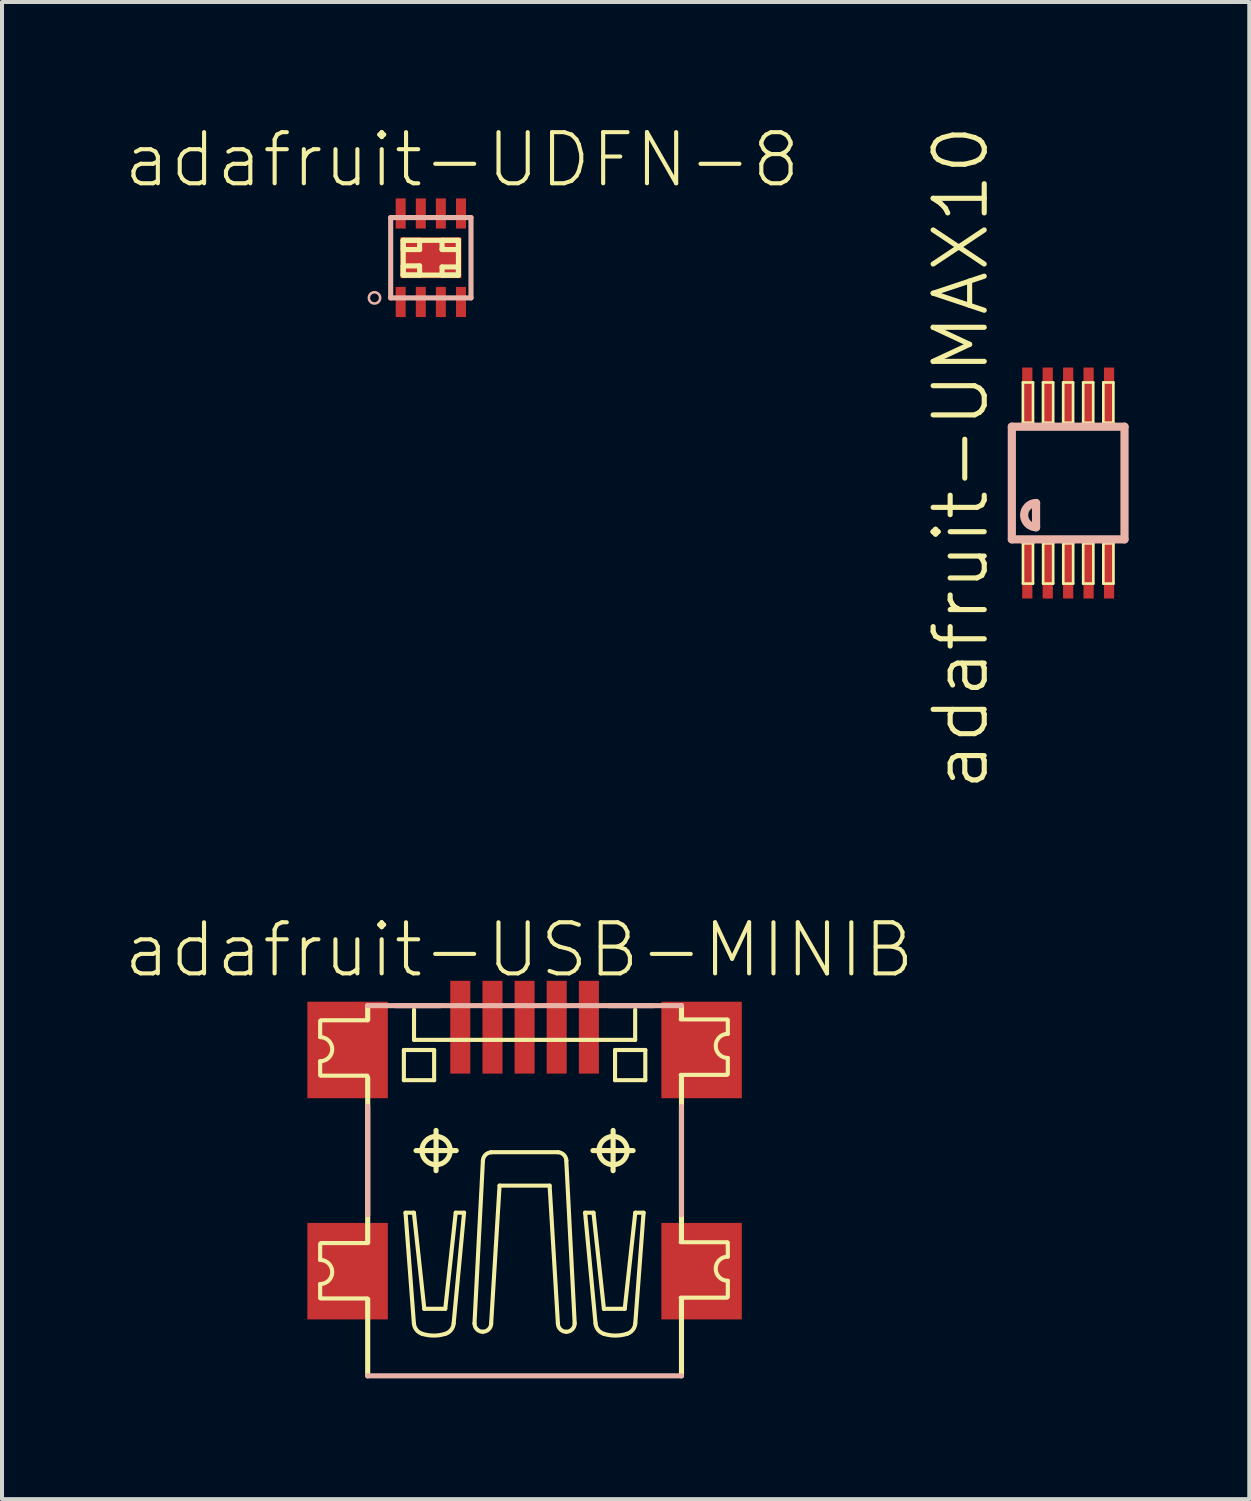
<source format=kicad_pcb>
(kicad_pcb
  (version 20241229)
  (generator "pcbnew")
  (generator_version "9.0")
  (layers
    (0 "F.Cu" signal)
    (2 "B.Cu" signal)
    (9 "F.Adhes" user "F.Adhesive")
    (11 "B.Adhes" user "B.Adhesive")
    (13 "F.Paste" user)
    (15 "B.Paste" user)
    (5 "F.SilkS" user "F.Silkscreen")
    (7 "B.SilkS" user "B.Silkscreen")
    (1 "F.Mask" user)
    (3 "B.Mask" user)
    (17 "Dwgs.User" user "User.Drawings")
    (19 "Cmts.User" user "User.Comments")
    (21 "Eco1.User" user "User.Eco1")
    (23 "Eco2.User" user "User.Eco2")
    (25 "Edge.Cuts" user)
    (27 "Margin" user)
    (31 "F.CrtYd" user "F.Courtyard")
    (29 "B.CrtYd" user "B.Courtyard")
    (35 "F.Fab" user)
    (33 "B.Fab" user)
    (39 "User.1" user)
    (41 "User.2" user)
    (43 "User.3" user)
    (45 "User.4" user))
  (footprint "adafruit-UMAX10"
    (layer "F.Cu")
    (at 23.496 8.954)
    (property "Reference" "adafruit-UMAX10" (at -2.667 -0.635 90) (layer "F.SilkS") (effects (font (size 1.27 1.27) (thickness 0.127))))
    (attr smd)
    (fp_line (start -1.125 -2.499) (end -0.874 -2.499) (stroke (width 0.066) (type solid)) (layer "F.SilkS"))
    (fp_line (start -1.125 -1.499) (end -1.125 -2.499) (stroke (width 0.066) (type solid)) (layer "F.SilkS"))
    (fp_line (start -1.125 -1.499) (end -0.874 -1.499) (stroke (width 0.066) (type solid)) (layer "F.SilkS"))
    (fp_line (start -1.123 1.499) (end -0.874 1.499) (stroke (width 0.066) (type solid)) (layer "F.SilkS"))
    (fp_line (start -1.123 2.499) (end -1.123 1.499) (stroke (width 0.066) (type solid)) (layer "F.SilkS"))
    (fp_line (start -1.123 2.499) (end -0.874 2.499) (stroke (width 0.066) (type solid)) (layer "F.SilkS"))
    (fp_line (start -0.874 -1.499) (end -0.874 -2.499) (stroke (width 0.066) (type solid)) (layer "F.SilkS"))
    (fp_line (start -0.874 2.499) (end -0.874 1.499) (stroke (width 0.066) (type solid)) (layer "F.SilkS"))
    (fp_line (start -0.625 -2.499) (end -0.373 -2.499) (stroke (width 0.066) (type solid)) (layer "F.SilkS"))
    (fp_line (start -0.625 -1.499) (end -0.625 -2.499) (stroke (width 0.066) (type solid)) (layer "F.SilkS"))
    (fp_line (start -0.625 -1.499) (end -0.373 -1.499) (stroke (width 0.066) (type solid)) (layer "F.SilkS"))
    (fp_line (start -0.622 1.499) (end -0.373 1.499) (stroke (width 0.066) (type solid)) (layer "F.SilkS"))
    (fp_line (start -0.622 2.499) (end -0.622 1.499) (stroke (width 0.066) (type solid)) (layer "F.SilkS"))
    (fp_line (start -0.622 2.499) (end -0.373 2.499) (stroke (width 0.066) (type solid)) (layer "F.SilkS"))
    (fp_line (start -0.373 -1.499) (end -0.373 -2.499) (stroke (width 0.066) (type solid)) (layer "F.SilkS"))
    (fp_line (start -0.373 2.499) (end -0.373 1.499) (stroke (width 0.066) (type solid)) (layer "F.SilkS"))
    (fp_line (start -0.124 -2.499) (end 0.122 -2.499) (stroke (width 0.066) (type solid)) (layer "F.SilkS"))
    (fp_line (start -0.124 -1.499) (end -0.124 -2.499) (stroke (width 0.066) (type solid)) (layer "F.SilkS"))
    (fp_line (start -0.124 -1.499) (end 0.122 -1.499) (stroke (width 0.066) (type solid)) (layer "F.SilkS"))
    (fp_line (start -0.122 1.499) (end 0.124 1.499) (stroke (width 0.066) (type solid)) (layer "F.SilkS"))
    (fp_line (start -0.122 2.499) (end -0.122 1.499) (stroke (width 0.066) (type solid)) (layer "F.SilkS"))
    (fp_line (start -0.122 2.499) (end 0.124 2.499) (stroke (width 0.066) (type solid)) (layer "F.SilkS"))
    (fp_line (start 0.122 -1.499) (end 0.122 -2.499) (stroke (width 0.066) (type solid)) (layer "F.SilkS"))
    (fp_line (start 0.124 2.499) (end 0.124 1.499) (stroke (width 0.066) (type solid)) (layer "F.SilkS"))
    (fp_line (start 0.373 -2.499) (end 0.622 -2.499) (stroke (width 0.066) (type solid)) (layer "F.SilkS"))
    (fp_line (start 0.373 -1.499) (end 0.373 -2.499) (stroke (width 0.066) (type solid)) (layer "F.SilkS"))
    (fp_line (start 0.373 -1.499) (end 0.622 -1.499) (stroke (width 0.066) (type solid)) (layer "F.SilkS"))
    (fp_line (start 0.373 1.499) (end 0.625 1.499) (stroke (width 0.066) (type solid)) (layer "F.SilkS"))
    (fp_line (start 0.373 2.499) (end 0.373 1.499) (stroke (width 0.066) (type solid)) (layer "F.SilkS"))
    (fp_line (start 0.373 2.499) (end 0.625 2.499) (stroke (width 0.066) (type solid)) (layer "F.SilkS"))
    (fp_line (start 0.622 -1.499) (end 0.622 -2.499) (stroke (width 0.066) (type solid)) (layer "F.SilkS"))
    (fp_line (start 0.625 2.499) (end 0.625 1.499) (stroke (width 0.066) (type solid)) (layer "F.SilkS"))
    (fp_line (start 0.874 -2.499) (end 1.123 -2.499) (stroke (width 0.066) (type solid)) (layer "F.SilkS"))
    (fp_line (start 0.874 -1.499) (end 0.874 -2.499) (stroke (width 0.066) (type solid)) (layer "F.SilkS"))
    (fp_line (start 0.874 -1.499) (end 1.123 -1.499) (stroke (width 0.066) (type solid)) (layer "F.SilkS"))
    (fp_line (start 0.874 1.499) (end 1.125 1.499) (stroke (width 0.066) (type solid)) (layer "F.SilkS"))
    (fp_line (start 0.874 2.499) (end 0.874 1.499) (stroke (width 0.066) (type solid)) (layer "F.SilkS"))
    (fp_line (start 0.874 2.499) (end 1.125 2.499) (stroke (width 0.066) (type solid)) (layer "F.SilkS"))
    (fp_line (start 1.123 -1.499) (end 1.123 -2.499) (stroke (width 0.066) (type solid)) (layer "F.SilkS"))
    (fp_line (start 1.125 2.499) (end 1.125 1.499) (stroke (width 0.066) (type solid)) (layer "F.SilkS"))
    (fp_line (start -1.4 -1.4) (end 1.4 -1.4) (stroke (width 0.203) (type solid)) (layer "B.SilkS"))
    (fp_line (start -1.4 1.4) (end -1.4 -1.4) (stroke (width 0.203) (type solid)) (layer "B.SilkS"))
    (fp_line (start -0.798 0.498) (end -0.798 1.1) (stroke (width 0.203) (type solid)) (layer "B.SilkS"))
    (fp_line (start 1.4 -1.4) (end 1.4 1.4) (stroke (width 0.203) (type solid)) (layer "B.SilkS"))
    (fp_line (start 1.4 1.4) (end -1.4 1.4) (stroke (width 0.203) (type solid)) (layer "B.SilkS"))
    (fp_arc (start -0.79756 1.09982) (mid -1.09982 0.79756) (end -0.79756 0.4953) (stroke (width 0.2032) (type solid)) (layer "B.SilkS"))
    (pad "1" smd rect (at -1.016 2.159) (size 0.254 1.422) (layers "F.Cu" "F.Mask" "F.Paste"))
    (pad "2" smd rect (at -0.508 2.159) (size 0.254 1.422) (layers "F.Cu" "F.Mask" "F.Paste"))
    (pad "3" smd rect (at 0 2.159) (size 0.254 1.422) (layers "F.Cu" "F.Mask" "F.Paste"))
    (pad "4" smd rect (at 0.508 2.159) (size 0.254 1.422) (layers "F.Cu" "F.Mask" "F.Paste"))
    (pad "5" smd rect (at 1.016 2.159) (size 0.254 1.422) (layers "F.Cu" "F.Mask" "F.Paste"))
    (pad "6" smd rect (at 1.016 -2.159 180) (size 0.254 1.422) (layers "F.Cu" "F.Mask" "F.Paste"))
    (pad "7" smd rect (at 0.508 -2.159 180) (size 0.254 1.422) (layers "F.Cu" "F.Mask" "F.Paste"))
    (pad "8" smd rect (at 0 -2.159 180) (size 0.254 1.422) (layers "F.Cu" "F.Mask" "F.Paste"))
    (pad "9" smd rect (at -0.508 -2.159 180) (size 0.254 1.422) (layers "F.Cu" "F.Mask" "F.Paste"))
    (pad "10" smd rect (at -1.016 -2.159 180) (size 0.254 1.422) (layers "F.Cu" "F.Mask" "F.Paste")))
  (footprint "adafruit-UDFN-8"
    (layer "F.Cu")
    (at 7.657 3.355)
    (property "Reference" "adafruit-UDFN-8" (at 0.775 -2.433 0) (layer "F.SilkS") (effects (font (size 1.27 1.27) (thickness 0.102))))
    (attr smd)
    (fp_line (start -0.686 -0.432) (end -0.279 -0.432) (stroke (width 0.127) (type solid)) (layer "F.SilkS"))
    (fp_line (start -0.686 -0.432) (end 0.686 -0.432) (stroke (width 0.127) (type solid)) (layer "F.SilkS"))
    (fp_line (start -0.686 -0.203) (end -0.686 -0.432) (stroke (width 0.127) (type solid)) (layer "F.SilkS"))
    (fp_line (start -0.686 0.203) (end -0.279 0.203) (stroke (width 0.127) (type solid)) (layer "F.SilkS"))
    (fp_line (start -0.686 0.432) (end -0.686 -0.432) (stroke (width 0.127) (type solid)) (layer "F.SilkS"))
    (fp_line (start -0.686 0.432) (end -0.686 0.203) (stroke (width 0.127) (type solid)) (layer "F.SilkS"))
    (fp_line (start -0.279 -0.432) (end -0.279 -0.203) (stroke (width 0.127) (type solid)) (layer "F.SilkS"))
    (fp_line (start -0.279 -0.203) (end -0.686 -0.203) (stroke (width 0.127) (type solid)) (layer "F.SilkS"))
    (fp_line (start -0.279 0.203) (end -0.279 0.432) (stroke (width 0.127) (type solid)) (layer "F.SilkS"))
    (fp_line (start -0.279 0.432) (end -0.686 0.432) (stroke (width 0.127) (type solid)) (layer "F.SilkS"))
    (fp_line (start 0.279 -0.432) (end 0.686 -0.432) (stroke (width 0.127) (type solid)) (layer "F.SilkS"))
    (fp_line (start 0.279 -0.203) (end 0.279 -0.432) (stroke (width 0.127) (type solid)) (layer "F.SilkS"))
    (fp_line (start 0.279 0.229) (end 0.686 0.229) (stroke (width 0.127) (type solid)) (layer "F.SilkS"))
    (fp_line (start 0.279 0.432) (end 0.279 0.229) (stroke (width 0.127) (type solid)) (layer "F.SilkS"))
    (fp_line (start 0.686 -0.432) (end 0.686 -0.203) (stroke (width 0.127) (type solid)) (layer "F.SilkS"))
    (fp_line (start 0.686 -0.432) (end 0.686 0.432) (stroke (width 0.127) (type solid)) (layer "F.SilkS"))
    (fp_line (start 0.686 -0.203) (end 0.279 -0.203) (stroke (width 0.127) (type solid)) (layer "F.SilkS"))
    (fp_line (start 0.686 0.229) (end 0.686 0.432) (stroke (width 0.127) (type solid)) (layer "F.SilkS"))
    (fp_line (start 0.686 0.432) (end -0.686 0.432) (stroke (width 0.127) (type solid)) (layer "F.SilkS"))
    (fp_line (start 0.686 0.432) (end 0.279 0.432) (stroke (width 0.127) (type solid)) (layer "F.SilkS"))
    (fp_line (start -0.998 -0.998) (end 0.998 -0.998) (stroke (width 0.127) (type solid)) (layer "B.SilkS"))
    (fp_line (start -0.998 0.998) (end -0.998 -0.998) (stroke (width 0.127) (type solid)) (layer "B.SilkS"))
    (fp_line (start 0.998 -0.998) (end 0.998 0.998) (stroke (width 0.127) (type solid)) (layer "B.SilkS"))
    (fp_line (start 0.998 0.998) (end -0.998 0.998) (stroke (width 0.127) (type solid)) (layer "B.SilkS"))
    (fp_circle (center -1.4 0.998) (end -1.499 1.097) (stroke (width 0.064) (type solid)) (fill no) (layer "B.SilkS"))
    (pad "1" smd rect (at -0.749 1.1 90) (size 0.749 0.249) (layers "F.Cu" "F.Mask" "F.Paste"))
    (pad "2" smd rect (at -0.249 1.1 90) (size 0.749 0.249) (layers "F.Cu" "F.Mask" "F.Paste"))
    (pad "3" smd rect (at 0.249 1.1 90) (size 0.749 0.249) (layers "F.Cu" "F.Mask" "F.Paste"))
    (pad "4" smd rect (at 0.749 1.1 90) (size 0.749 0.249) (layers "F.Cu" "F.Mask" "F.Paste"))
    (pad "5" smd rect (at 0.749 -1.1 90) (size 0.749 0.249) (layers "F.Cu" "F.Mask" "F.Paste"))
    (pad "6" smd rect (at 0.249 -1.1 90) (size 0.749 0.249) (layers "F.Cu" "F.Mask" "F.Paste"))
    (pad "7" smd rect (at -0.249 -1.1 90) (size 0.749 0.249) (layers "F.Cu" "F.Mask" "F.Paste"))
    (pad "8" smd rect (at -0.749 -1.1 90) (size 0.749 0.249) (layers "F.Cu" "F.Mask" "F.Paste"))
    (pad "THER" smd rect (at 0 0) (size 1.524 1.016) (layers "F.Cu" "F.Mask" "F.Paste")))
  (footprint "adafruit-USB-MINIB"
    (layer "F.Cu")
    (at 9.987 26.542)
    (property "Reference" "adafruit-USB-MINIB" (at -0.135 -5.984 0) (layer "F.SilkS") (effects (font (size 1.27 1.27) (thickness 0.102))))
    (attr smd)
    (fp_line (start -5.08 -4.219) (end -5.08 -3.818) (stroke (width 0.102) (type solid)) (layer "F.SilkS"))
    (fp_line (start -5.08 -2.868) (end -5.08 -3.218) (stroke (width 0.102) (type solid)) (layer "F.SilkS"))
    (fp_line (start -5.08 1.318) (end -5.08 1.72) (stroke (width 0.102) (type solid)) (layer "F.SilkS"))
    (fp_line (start -5.08 2.67) (end -5.08 2.319) (stroke (width 0.102) (type solid)) (layer "F.SilkS"))
    (fp_line (start -5.06 -4.237) (end -3.909 -4.237) (stroke (width 0.102) (type solid)) (layer "F.SilkS"))
    (fp_line (start -5.06 1.3) (end -3.909 1.3) (stroke (width 0.102) (type solid)) (layer "F.SilkS"))
    (fp_line (start -3.909 -2.86) (end -5.06 -2.86) (stroke (width 0.102) (type solid)) (layer "F.SilkS"))
    (fp_line (start -3.909 2.677) (end -5.06 2.677) (stroke (width 0.102) (type solid)) (layer "F.SilkS"))
    (fp_line (start -3.899 -4.6) (end -3.899 -4.249) (stroke (width 0.127) (type solid)) (layer "F.SilkS"))
    (fp_line (start -3.899 1.288) (end -3.899 -2.809) (stroke (width 0.127) (type solid)) (layer "F.SilkS"))
    (fp_line (start -3.899 4.6) (end -3.899 2.697) (stroke (width 0.127) (type solid)) (layer "F.SilkS"))
    (fp_line (start -3 -3.498) (end -2.248 -3.498) (stroke (width 0.102) (type solid)) (layer "F.SilkS"))
    (fp_line (start -3 -2.748) (end -3 -3.498) (stroke (width 0.102) (type solid)) (layer "F.SilkS"))
    (fp_line (start -2.959 0.546) (end -2.751 3.297) (stroke (width 0.102) (type solid)) (layer "F.SilkS"))
    (fp_line (start -2.751 0.546) (end -2.959 0.546) (stroke (width 0.102) (type solid)) (layer "F.SilkS"))
    (fp_line (start -2.748 -4.498) (end -2.748 -3.749) (stroke (width 0.102) (type solid)) (layer "F.SilkS"))
    (fp_line (start -2.748 -3.749) (end 2.748 -3.749) (stroke (width 0.102) (type solid)) (layer "F.SilkS"))
    (fp_line (start -2.697 -0.998) (end -1.699 -0.998) (stroke (width 0.127) (type solid)) (layer "F.SilkS"))
    (fp_line (start -2.492 2.934) (end -2.751 0.546) (stroke (width 0.102) (type solid)) (layer "F.SilkS"))
    (fp_line (start -2.248 -3.498) (end -2.248 -2.748) (stroke (width 0.102) (type solid)) (layer "F.SilkS"))
    (fp_line (start -2.248 -2.748) (end -3 -2.748) (stroke (width 0.102) (type solid)) (layer "F.SilkS"))
    (fp_line (start -2.2 -0.498) (end -2.2 -1.499) (stroke (width 0.127) (type solid)) (layer "F.SilkS"))
    (fp_line (start -1.971 2.934) (end -2.492 2.934) (stroke (width 0.102) (type solid)) (layer "F.SilkS"))
    (fp_line (start -1.763 3.297) (end -1.504 0.546) (stroke (width 0.102) (type solid)) (layer "F.SilkS"))
    (fp_line (start -1.712 0.546) (end -1.971 2.934) (stroke (width 0.102) (type solid)) (layer "F.SilkS"))
    (fp_line (start -1.504 0.546) (end -1.712 0.546) (stroke (width 0.102) (type solid)) (layer "F.SilkS"))
    (fp_line (start -1.245 3.297) (end -1.036 -0.749) (stroke (width 0.102) (type solid)) (layer "F.SilkS"))
    (fp_line (start -0.831 3.297) (end -0.622 -0.127) (stroke (width 0.102) (type solid)) (layer "F.SilkS"))
    (fp_line (start 0.622 -0.127) (end -0.622 -0.127) (stroke (width 0.102) (type solid)) (layer "F.SilkS"))
    (fp_line (start 0.828 -0.958) (end -0.831 -0.958) (stroke (width 0.102) (type solid)) (layer "F.SilkS"))
    (fp_line (start 0.828 3.297) (end 0.622 -0.127) (stroke (width 0.102) (type solid)) (layer "F.SilkS"))
    (fp_line (start 1.245 3.297) (end 1.036 -0.749) (stroke (width 0.102) (type solid)) (layer "F.SilkS"))
    (fp_line (start 1.504 0.546) (end 1.712 0.546) (stroke (width 0.102) (type solid)) (layer "F.SilkS"))
    (fp_line (start 1.699 -0.998) (end 2.697 -0.998) (stroke (width 0.127) (type solid)) (layer "F.SilkS"))
    (fp_line (start 1.712 0.546) (end 1.971 2.934) (stroke (width 0.102) (type solid)) (layer "F.SilkS"))
    (fp_line (start 1.763 3.297) (end 1.504 0.546) (stroke (width 0.102) (type solid)) (layer "F.SilkS"))
    (fp_line (start 1.971 2.934) (end 2.489 2.934) (stroke (width 0.102) (type solid)) (layer "F.SilkS"))
    (fp_line (start 2.2 -0.498) (end 2.2 -1.499) (stroke (width 0.127) (type solid)) (layer "F.SilkS"))
    (fp_line (start 2.248 -3.498) (end 2.248 -2.748) (stroke (width 0.102) (type solid)) (layer "F.SilkS"))
    (fp_line (start 2.248 -2.748) (end 3 -2.748) (stroke (width 0.102) (type solid)) (layer "F.SilkS"))
    (fp_line (start 2.489 2.934) (end 2.751 0.546) (stroke (width 0.102) (type solid)) (layer "F.SilkS"))
    (fp_line (start 2.748 -3.749) (end 2.748 -4.498) (stroke (width 0.102) (type solid)) (layer "F.SilkS"))
    (fp_line (start 2.751 0.546) (end 2.957 0.546) (stroke (width 0.102) (type solid)) (layer "F.SilkS"))
    (fp_line (start 2.957 0.546) (end 2.751 3.297) (stroke (width 0.102) (type solid)) (layer "F.SilkS"))
    (fp_line (start 3 -3.498) (end 2.248 -3.498) (stroke (width 0.102) (type solid)) (layer "F.SilkS"))
    (fp_line (start 3 -2.748) (end 3 -3.498) (stroke (width 0.102) (type solid)) (layer "F.SilkS"))
    (fp_line (start 3.879 -4.257) (end 5.029 -4.257) (stroke (width 0.102) (type solid)) (layer "F.SilkS"))
    (fp_line (start 3.879 1.28) (end 5.029 1.28) (stroke (width 0.102) (type solid)) (layer "F.SilkS"))
    (fp_line (start 3.899 -4.6) (end 3.899 -4.298) (stroke (width 0.127) (type solid)) (layer "F.SilkS"))
    (fp_line (start 3.899 1.24) (end 3.899 -2.857) (stroke (width 0.127) (type solid)) (layer "F.SilkS"))
    (fp_line (start 3.899 4.6) (end 3.899 2.697) (stroke (width 0.127) (type solid)) (layer "F.SilkS"))
    (fp_line (start 5.029 -2.88) (end 3.879 -2.88) (stroke (width 0.102) (type solid)) (layer "F.SilkS"))
    (fp_line (start 5.029 2.657) (end 3.879 2.657) (stroke (width 0.102) (type solid)) (layer "F.SilkS"))
    (fp_line (start 5.05 -4.249) (end 5.05 -3.899) (stroke (width 0.102) (type solid)) (layer "F.SilkS"))
    (fp_line (start 5.05 -2.898) (end 5.05 -3.299) (stroke (width 0.102) (type solid)) (layer "F.SilkS"))
    (fp_line (start 5.05 1.288) (end 5.05 1.638) (stroke (width 0.102) (type solid)) (layer "F.SilkS"))
    (fp_line (start 5.05 2.639) (end 5.05 2.238) (stroke (width 0.102) (type solid)) (layer "F.SilkS"))
    (fp_arc (start -5.08 -3.81762) (mid -4.78028 -3.5179) (end -5.08 -3.21818) (stroke (width 0.1016) (type solid)) (layer "F.SilkS"))
    (fp_arc (start -5.08 1.71958) (mid -4.78028 2.0193) (end -5.08 2.31902) (stroke (width 0.1016) (type solid)) (layer "F.SilkS"))
    (fp_arc (start -2.54254 3.556) (mid -2.686403 3.458304) (end -2.750193 3.296527) (stroke (width 0.1016) (type solid)) (layer "F.SilkS"))
    (fp_arc (start -1.97104 3.556) (mid -2.255382 3.599296) (end -2.539958 3.557566) (stroke (width 0.1016) (type solid)) (layer "F.SilkS"))
    (fp_arc (start -1.76276 3.29692) (mid -1.826881 3.458982) (end -1.971177 3.556727) (stroke (width 0.1016) (type solid)) (layer "F.SilkS"))
    (fp_arc (start -1.03632 -0.7493) (mid -0.972121 -0.8918) (end -0.829227 -0.955114) (stroke (width 0.1016) (type solid)) (layer "F.SilkS"))
    (fp_arc (start -1.03632 3.5052) (mid -1.183596 3.444196) (end -1.2446 3.29692) (stroke (width 0.1016) (type solid)) (layer "F.SilkS"))
    (fp_arc (start -0.83058 3.29692) (mid -0.89084 3.4424) (end -1.03632 3.50266) (stroke (width 0.1016) (type solid)) (layer "F.SilkS"))
    (fp_arc (start 0.82804 -0.95758) (mid 0.972882 -0.894428) (end 1.03864 -0.75075) (stroke (width 0.1016) (type solid)) (layer "F.SilkS"))
    (fp_arc (start 1.03632 3.5052) (mid 0.889044 3.444196) (end 0.82804 3.29692) (stroke (width 0.1016) (type solid)) (layer "F.SilkS"))
    (fp_arc (start 1.2446 3.29692) (mid 1.183596 3.444196) (end 1.03632 3.5052) (stroke (width 0.1016) (type solid)) (layer "F.SilkS"))
    (fp_arc (start 1.97104 3.556) (mid 1.827177 3.458304) (end 1.763387 3.296527) (stroke (width 0.1016) (type solid)) (layer "F.SilkS"))
    (fp_arc (start 2.54254 3.556) (mid 2.258198 3.599296) (end 1.973622 3.557566) (stroke (width 0.1016) (type solid)) (layer "F.SilkS"))
    (fp_arc (start 2.75082 3.29692) (mid 2.686699 3.458982) (end 2.542403 3.556727) (stroke (width 0.1016) (type solid)) (layer "F.SilkS"))
    (fp_arc (start 5.04952 -3.29946) (mid 4.7498 -3.59918) (end 5.04952 -3.8989) (stroke (width 0.1016) (type solid)) (layer "F.SilkS"))
    (fp_arc (start 5.04952 2.23774) (mid 4.7498 1.93802) (end 5.04952 1.6383) (stroke (width 0.1016) (type solid)) (layer "F.SilkS"))
    (fp_circle (center -2.2 -0.998) (end -2.449 -1.247) (stroke (width 0.127) (type solid)) (fill no) (layer "F.SilkS"))
    (fp_circle (center 2.2 -0.998) (end 2.449 -1.247) (stroke (width 0.127) (type solid)) (fill no) (layer "F.SilkS"))
    (fp_line (start -3.899 -4.6) (end 3.899 -4.6) (stroke (width 0.127) (type solid)) (layer "B.SilkS"))
    (fp_line (start -3.899 0.599) (end -3.899 -2.098) (stroke (width 0.127) (type solid)) (layer "B.SilkS"))
    (fp_line (start -3.899 4.6) (end 3.899 4.6) (stroke (width 0.127) (type solid)) (layer "B.SilkS"))
    (fp_line (start -3.198 -4.6) (end -2.098 -4.6) (stroke (width 0.127) (type solid)) (layer "B.SilkS"))
    (fp_line (start 2.098 -4.6) (end 3.198 -4.6) (stroke (width 0.127) (type solid)) (layer "B.SilkS"))
    (fp_line (start 3.899 -2.098) (end 3.899 0.599) (stroke (width 0.127) (type solid)) (layer "B.SilkS"))
    (pad "D+" smd rect (at 0 -4.064 180) (size 0.498 2.306) (layers "F.Cu" "F.Mask" "F.Paste"))
    (pad "D-" smd rect (at -0.798 -4.064 180) (size 0.498 2.306) (layers "F.Cu" "F.Mask" "F.Paste"))
    (pad "GND" smd rect (at 1.598 -4.064 180) (size 0.498 2.306) (layers "F.Cu" "F.Mask" "F.Paste"))
    (pad "GND1" smd rect (at -4.399 1.999) (size 1.999 2.398) (layers "F.Cu" "F.Mask" "F.Paste"))
    (pad "GND2" smd rect (at -4.399 -3.498) (size 1.999 2.398) (layers "F.Cu" "F.Mask" "F.Paste"))
    (pad "GND3" smd rect (at 4.399 -3.498) (size 1.999 2.398) (layers "F.Cu" "F.Mask" "F.Paste"))
    (pad "GND4" smd rect (at 4.399 1.999) (size 1.999 2.398) (layers "F.Cu" "F.Mask" "F.Paste"))
    (pad "ID" smd rect (at 0.798 -4.064 180) (size 0.498 2.306) (layers "F.Cu" "F.Mask" "F.Paste"))
    (pad "VBUS" smd rect (at -1.598 -4.064 180) (size 0.498 2.306) (layers "F.Cu" "F.Mask" "F.Paste")))
  (gr_rect
    (start -3 -3)
    (end 27.997 34.206)
    (stroke (width 0.1) (type default))
    (fill no)
    (layer "Edge.Cuts")))
</source>
